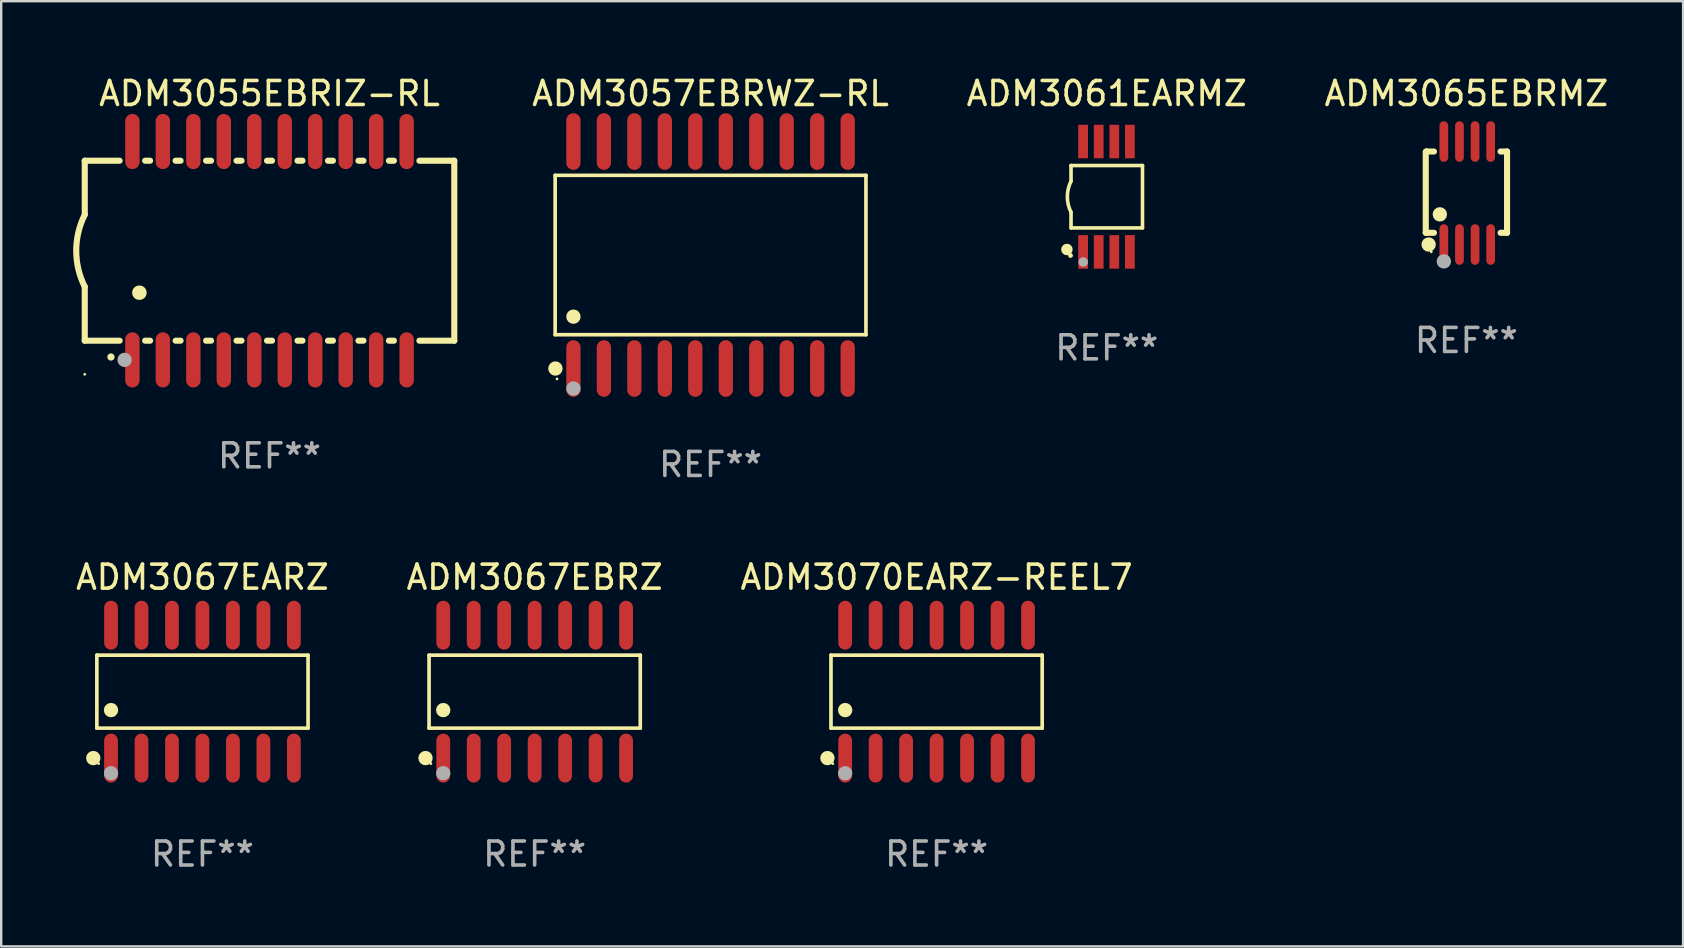
<source format=kicad_pcb>
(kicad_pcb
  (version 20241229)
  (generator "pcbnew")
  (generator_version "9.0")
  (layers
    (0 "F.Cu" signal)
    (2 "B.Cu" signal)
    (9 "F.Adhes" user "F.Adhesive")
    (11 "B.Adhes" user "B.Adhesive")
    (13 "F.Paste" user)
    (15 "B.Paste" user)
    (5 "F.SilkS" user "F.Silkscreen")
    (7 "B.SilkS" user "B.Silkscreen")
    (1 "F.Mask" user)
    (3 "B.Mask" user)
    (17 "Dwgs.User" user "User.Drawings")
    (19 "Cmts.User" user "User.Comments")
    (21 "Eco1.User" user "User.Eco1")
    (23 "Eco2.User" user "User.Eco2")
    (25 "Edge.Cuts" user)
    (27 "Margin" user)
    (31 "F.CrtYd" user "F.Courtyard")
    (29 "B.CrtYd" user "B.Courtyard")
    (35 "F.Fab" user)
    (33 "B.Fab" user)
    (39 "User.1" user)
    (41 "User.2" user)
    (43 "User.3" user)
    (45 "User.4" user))
  (footprint "ADM3057EBRWZ-RL"
    (layer "F.Cu")
    (at 26.562 7.578)
    (property "Reference" "ADM3057EBRWZ-RL" (at 0 -6.73 0) (layer "F.SilkS") (effects (font (size 1 1) (thickness 0.15))))
    (attr through_hole)
    (fp_line (start -6.476 -3.321) (end 6.476 -3.321) (stroke (width 0.152) (type solid)) (layer "F.SilkS"))
    (fp_line (start -6.476 3.321) (end -6.476 -3.321) (stroke (width 0.152) (type solid)) (layer "F.SilkS"))
    (fp_line (start 6.476 -3.321) (end 6.476 3.321) (stroke (width 0.152) (type solid)) (layer "F.SilkS"))
    (fp_line (start 6.476 3.321) (end -6.476 3.321) (stroke (width 0.152) (type solid)) (layer "F.SilkS"))
    (fp_circle (center -6.465 4.73) (end -6.315 4.73) (stroke (width 0.3) (type solid)) (fill no) (layer "F.SilkS"))
    (fp_circle (center -6.4 5.163) (end -6.37 5.163) (stroke (width 0.06) (type solid)) (fill no) (layer "F.SilkS"))
    (fp_circle (center -5.715 2.569) (end -5.565 2.569) (stroke (width 0.3) (type solid)) (fill no) (layer "F.SilkS"))
    (fp_circle (center -5.715 5.563) (end -5.565 5.563) (stroke (width 0.3) (type solid)) (fill no) (layer "F.Fab"))
    (fp_text user "REF**" (at 0 8.73 0) (layer "F.Fab") (effects (font (size 1 1) (thickness 0.15))))
    (pad "1" smd oval (at -5.715 4.73) (size 0.595 2.36) (layers "F.Cu" "F.Mask" "F.Paste"))
    (pad "2" smd oval (at -4.445 4.73) (size 0.595 2.36) (layers "F.Cu" "F.Mask" "F.Paste"))
    (pad "3" smd oval (at -3.175 4.73) (size 0.595 2.36) (layers "F.Cu" "F.Mask" "F.Paste"))
    (pad "4" smd oval (at -1.905 4.73) (size 0.595 2.36) (layers "F.Cu" "F.Mask" "F.Paste"))
    (pad "5" smd oval (at -0.635 4.73) (size 0.595 2.36) (layers "F.Cu" "F.Mask" "F.Paste"))
    (pad "6" smd oval (at 0.635 4.73) (size 0.595 2.36) (layers "F.Cu" "F.Mask" "F.Paste"))
    (pad "7" smd oval (at 1.905 4.73) (size 0.595 2.36) (layers "F.Cu" "F.Mask" "F.Paste"))
    (pad "8" smd oval (at 3.175 4.73) (size 0.595 2.36) (layers "F.Cu" "F.Mask" "F.Paste"))
    (pad "9" smd oval (at 4.445 4.73) (size 0.595 2.36) (layers "F.Cu" "F.Mask" "F.Paste"))
    (pad "10" smd oval (at 5.715 4.73) (size 0.595 2.36) (layers "F.Cu" "F.Mask" "F.Paste"))
    (pad "11" smd oval (at 5.715 -4.73) (size 0.595 2.36) (layers "F.Cu" "F.Mask" "F.Paste"))
    (pad "12" smd oval (at 4.445 -4.73) (size 0.595 2.36) (layers "F.Cu" "F.Mask" "F.Paste"))
    (pad "13" smd oval (at 3.175 -4.73) (size 0.595 2.36) (layers "F.Cu" "F.Mask" "F.Paste"))
    (pad "14" smd oval (at 1.905 -4.73) (size 0.595 2.36) (layers "F.Cu" "F.Mask" "F.Paste"))
    (pad "15" smd oval (at 0.635 -4.73) (size 0.595 2.36) (layers "F.Cu" "F.Mask" "F.Paste"))
    (pad "16" smd oval (at -0.635 -4.73) (size 0.595 2.36) (layers "F.Cu" "F.Mask" "F.Paste"))
    (pad "17" smd oval (at -1.905 -4.73) (size 0.595 2.36) (layers "F.Cu" "F.Mask" "F.Paste"))
    (pad "18" smd oval (at -3.175 -4.73) (size 0.595 2.36) (layers "F.Cu" "F.Mask" "F.Paste"))
    (pad "19" smd oval (at -4.445 -4.73) (size 0.595 2.36) (layers "F.Cu" "F.Mask" "F.Paste"))
    (pad "20" smd oval (at -5.715 -4.73) (size 0.595 2.36) (layers "F.Cu" "F.Mask" "F.Paste")))
  (footprint "ADM3070EARZ-REEL7"
    (layer "F.Cu")
    (at 35.982 25.774)
    (property "Reference" "ADM3070EARZ-REEL7" (at 0 -4.769 0) (layer "F.SilkS") (effects (font (size 1 1) (thickness 0.15))))
    (attr through_hole)
    (fp_line (start -4.401 -1.521) (end 4.401 -1.521) (stroke (width 0.152) (type solid)) (layer "F.SilkS"))
    (fp_line (start -4.401 1.521) (end -4.401 -1.521) (stroke (width 0.152) (type solid)) (layer "F.SilkS"))
    (fp_line (start 4.401 -1.521) (end 4.401 1.521) (stroke (width 0.152) (type solid)) (layer "F.SilkS"))
    (fp_line (start 4.401 1.521) (end -4.401 1.521) (stroke (width 0.152) (type solid)) (layer "F.SilkS"))
    (fp_circle (center -4.549 2.769) (end -4.399 2.769) (stroke (width 0.3) (type solid)) (fill no) (layer "F.SilkS"))
    (fp_circle (center -4.325 3) (end -4.295 3) (stroke (width 0.06) (type solid)) (fill no) (layer "F.SilkS"))
    (fp_circle (center -3.81 0.769) (end -3.66 0.769) (stroke (width 0.3) (type solid)) (fill no) (layer "F.SilkS"))
    (fp_circle (center -3.81 3.4) (end -3.66 3.4) (stroke (width 0.3) (type solid)) (fill no) (layer "F.Fab"))
    (fp_text user "REF**" (at 0 6.769 0) (layer "F.Fab") (effects (font (size 1 1) (thickness 0.15))))
    (pad "1" smd oval (at -3.81 2.769) (size 0.574 2.038) (layers "F.Cu" "F.Mask" "F.Paste"))
    (pad "2" smd oval (at -2.54 2.769) (size 0.574 2.038) (layers "F.Cu" "F.Mask" "F.Paste"))
    (pad "3" smd oval (at -1.27 2.769) (size 0.574 2.038) (layers "F.Cu" "F.Mask" "F.Paste"))
    (pad "4" smd oval (at 0 2.769) (size 0.574 2.038) (layers "F.Cu" "F.Mask" "F.Paste"))
    (pad "5" smd oval (at 1.27 2.769) (size 0.574 2.038) (layers "F.Cu" "F.Mask" "F.Paste"))
    (pad "6" smd oval (at 2.54 2.769) (size 0.574 2.038) (layers "F.Cu" "F.Mask" "F.Paste"))
    (pad "7" smd oval (at 3.81 2.769) (size 0.574 2.038) (layers "F.Cu" "F.Mask" "F.Paste"))
    (pad "8" smd oval (at 3.81 -2.769) (size 0.574 2.038) (layers "F.Cu" "F.Mask" "F.Paste"))
    (pad "9" smd oval (at 2.54 -2.769) (size 0.574 2.038) (layers "F.Cu" "F.Mask" "F.Paste"))
    (pad "10" smd oval (at 1.27 -2.769) (size 0.574 2.038) (layers "F.Cu" "F.Mask" "F.Paste"))
    (pad "11" smd oval (at 0 -2.769) (size 0.574 2.038) (layers "F.Cu" "F.Mask" "F.Paste"))
    (pad "12" smd oval (at -1.27 -2.769) (size 0.574 2.038) (layers "F.Cu" "F.Mask" "F.Paste"))
    (pad "13" smd oval (at -2.54 -2.769) (size 0.574 2.038) (layers "F.Cu" "F.Mask" "F.Paste"))
    (pad "14" smd oval (at -3.81 -2.769) (size 0.574 2.038) (layers "F.Cu" "F.Mask" "F.Paste")))
  (footprint "ADM3065EBRMZ"
    (layer "F.Cu")
    (at 58.062 4.994)
    (property "Reference" "ADM3065EBRMZ" (at 0 -4.146 0) (layer "F.SilkS") (effects (font (size 1 1) (thickness 0.15))))
    (attr through_hole)
    (fp_line (start -1.694 -1.724) (end -1.694 1.652) (stroke (width 0.254) (type solid)) (layer "F.SilkS"))
    (fp_line (start -1.694 1.652) (end -1.688 1.658) (stroke (width 0.254) (type solid)) (layer "F.SilkS"))
    (fp_line (start -1.688 1.658) (end -1.353 1.658) (stroke (width 0.254) (type solid)) (layer "F.SilkS"))
    (fp_line (start -1.661 -1.73) (end -1.681 -1.71) (stroke (width 0.254) (type solid)) (layer "F.SilkS"))
    (fp_line (start -1.353 -1.73) (end -1.661 -1.73) (stroke (width 0.254) (type solid)) (layer "F.SilkS"))
    (fp_line (start 1.424 1.658) (end 1.694 1.658) (stroke (width 0.254) (type solid)) (layer "F.SilkS"))
    (fp_line (start 1.694 -1.73) (end 1.424 -1.73) (stroke (width 0.254) (type solid)) (layer "F.SilkS"))
    (fp_line (start 1.694 1.658) (end 1.694 -1.73) (stroke (width 0.254) (type solid)) (layer "F.SilkS"))
    (fp_circle (center -1.574 2.146) (end -1.424 2.146) (stroke (width 0.3) (type solid)) (fill no) (layer "F.SilkS"))
    (fp_circle (center -1.464 2.45) (end -1.434 2.45) (stroke (width 0.06) (type solid)) (fill no) (layer "F.SilkS"))
    (fp_circle (center -1.107 0.889) (end -0.957 0.889) (stroke (width 0.3) (type solid)) (fill no) (layer "F.SilkS"))
    (fp_circle (center -0.94 2.85) (end -0.789 2.85) (stroke (width 0.3) (type solid)) (fill no) (layer "F.Fab"))
    (fp_text user "REF**" (at 0 6.146 0) (layer "F.Fab") (effects (font (size 1 1) (thickness 0.15))))
    (pad "1" smd oval (at -0.94 2.146) (size 0.364 1.692) (layers "F.Cu" "F.Mask" "F.Paste"))
    (pad "2" smd oval (at -0.289 2.146) (size 0.364 1.692) (layers "F.Cu" "F.Mask" "F.Paste"))
    (pad "3" smd oval (at 0.361 2.146) (size 0.364 1.692) (layers "F.Cu" "F.Mask" "F.Paste"))
    (pad "4" smd oval (at 1.011 2.146) (size 0.364 1.692) (layers "F.Cu" "F.Mask" "F.Paste"))
    (pad "5" smd oval (at 1.011 -2.146) (size 0.364 1.692) (layers "F.Cu" "F.Mask" "F.Paste"))
    (pad "6" smd oval (at 0.361 -2.146) (size 0.364 1.692) (layers "F.Cu" "F.Mask" "F.Paste"))
    (pad "7" smd oval (at -0.289 -2.146) (size 0.364 1.692) (layers "F.Cu" "F.Mask" "F.Paste"))
    (pad "8" smd oval (at -0.94 -2.146) (size 0.364 1.692) (layers "F.Cu" "F.Mask" "F.Paste")))
  (footprint "ADM3061EARMZ"
    (layer "F.Cu")
    (at 43.074 5.148)
    (property "Reference" "ADM3061EARMZ" (at 0 -4.3 0) (layer "F.SilkS") (effects (font (size 1 1) (thickness 0.15))))
    (attr through_hole)
    (fp_line (start -1.489 -1.3) (end -1.489 -0.648) (stroke (width 0.15) (type solid)) (layer "F.SilkS"))
    (fp_line (start -1.489 0.648) (end -1.489 1.3) (stroke (width 0.15) (type solid)) (layer "F.SilkS"))
    (fp_line (start -1.489 1.3) (end 1.489 1.3) (stroke (width 0.15) (type solid)) (layer "F.SilkS"))
    (fp_line (start 1.489 -1.3) (end -1.489 -1.3) (stroke (width 0.15) (type solid)) (layer "F.SilkS"))
    (fp_line (start 1.489 1.3) (end 1.489 -1.3) (stroke (width 0.15) (type solid)) (layer "F.SilkS"))
    (fp_arc (start -1.489205 0.647702) (mid -1.642107 0) (end -1.489205 -0.647701) (stroke (width 0.150013) (type solid)) (layer "F.SilkS"))
    (fp_circle (center -1.661 2.2) (end -1.541 2.2) (stroke (width 0.24) (type solid)) (fill no) (layer "F.SilkS"))
    (fp_circle (center -1.511 2.45) (end -1.461 2.45) (stroke (width 0.1) (type solid)) (fill no) (layer "F.SilkS"))
    (fp_circle (center -0.981 2.72) (end -0.881 2.72) (stroke (width 0.2) (type solid)) (fill no) (layer "F.Fab"))
    (fp_text user "REF**" (at 0 6.3 0) (layer "F.Fab") (effects (font (size 1 1) (thickness 0.15))))
    (pad "1" smd rect (at -0.986 2.3) (size 0.406 1.397) (layers "F.Cu" "F.Mask" "F.Paste"))
    (pad "2" smd rect (at -0.336 2.3) (size 0.406 1.397) (layers "F.Cu" "F.Mask" "F.Paste"))
    (pad "3" smd rect (at 0.314 2.3) (size 0.406 1.397) (layers "F.Cu" "F.Mask" "F.Paste"))
    (pad "4" smd rect (at 0.964 2.3) (size 0.406 1.397) (layers "F.Cu" "F.Mask" "F.Paste"))
    (pad "5" smd rect (at 0.964 -2.3) (size 0.406 1.397) (layers "F.Cu" "F.Mask" "F.Paste"))
    (pad "6" smd rect (at 0.314 -2.3) (size 0.406 1.397) (layers "F.Cu" "F.Mask" "F.Paste"))
    (pad "7" smd rect (at -0.336 -2.3) (size 0.406 1.397) (layers "F.Cu" "F.Mask" "F.Paste"))
    (pad "8" smd rect (at -0.986 -2.3) (size 0.406 1.397) (layers "F.Cu" "F.Mask" "F.Paste")))
  (footprint "ADM3067EBRZ"
    (layer "F.Cu")
    (at 19.232 25.774)
    (property "Reference" "ADM3067EBRZ" (at 0 -4.769 0) (layer "F.SilkS") (effects (font (size 1 1) (thickness 0.15))))
    (attr through_hole)
    (fp_line (start -4.401 -1.521) (end 4.401 -1.521) (stroke (width 0.152) (type solid)) (layer "F.SilkS"))
    (fp_line (start -4.401 1.521) (end -4.401 -1.521) (stroke (width 0.152) (type solid)) (layer "F.SilkS"))
    (fp_line (start 4.401 -1.521) (end 4.401 1.521) (stroke (width 0.152) (type solid)) (layer "F.SilkS"))
    (fp_line (start 4.401 1.521) (end -4.401 1.521) (stroke (width 0.152) (type solid)) (layer "F.SilkS"))
    (fp_circle (center -4.549 2.769) (end -4.399 2.769) (stroke (width 0.3) (type solid)) (fill no) (layer "F.SilkS"))
    (fp_circle (center -4.325 3) (end -4.295 3) (stroke (width 0.06) (type solid)) (fill no) (layer "F.SilkS"))
    (fp_circle (center -3.81 0.769) (end -3.66 0.769) (stroke (width 0.3) (type solid)) (fill no) (layer "F.SilkS"))
    (fp_circle (center -3.81 3.4) (end -3.66 3.4) (stroke (width 0.3) (type solid)) (fill no) (layer "F.Fab"))
    (fp_text user "REF**" (at 0 6.769 0) (layer "F.Fab") (effects (font (size 1 1) (thickness 0.15))))
    (pad "1" smd oval (at -3.81 2.769) (size 0.574 2.038) (layers "F.Cu" "F.Mask" "F.Paste"))
    (pad "2" smd oval (at -2.54 2.769) (size 0.574 2.038) (layers "F.Cu" "F.Mask" "F.Paste"))
    (pad "3" smd oval (at -1.27 2.769) (size 0.574 2.038) (layers "F.Cu" "F.Mask" "F.Paste"))
    (pad "4" smd oval (at 0 2.769) (size 0.574 2.038) (layers "F.Cu" "F.Mask" "F.Paste"))
    (pad "5" smd oval (at 1.27 2.769) (size 0.574 2.038) (layers "F.Cu" "F.Mask" "F.Paste"))
    (pad "6" smd oval (at 2.54 2.769) (size 0.574 2.038) (layers "F.Cu" "F.Mask" "F.Paste"))
    (pad "7" smd oval (at 3.81 2.769) (size 0.574 2.038) (layers "F.Cu" "F.Mask" "F.Paste"))
    (pad "8" smd oval (at 3.81 -2.769) (size 0.574 2.038) (layers "F.Cu" "F.Mask" "F.Paste"))
    (pad "9" smd oval (at 2.54 -2.769) (size 0.574 2.038) (layers "F.Cu" "F.Mask" "F.Paste"))
    (pad "10" smd oval (at 1.27 -2.769) (size 0.574 2.038) (layers "F.Cu" "F.Mask" "F.Paste"))
    (pad "11" smd oval (at 0 -2.769) (size 0.574 2.038) (layers "F.Cu" "F.Mask" "F.Paste"))
    (pad "12" smd oval (at -1.27 -2.769) (size 0.574 2.038) (layers "F.Cu" "F.Mask" "F.Paste"))
    (pad "13" smd oval (at -2.54 -2.769) (size 0.574 2.038) (layers "F.Cu" "F.Mask" "F.Paste"))
    (pad "14" smd oval (at -3.81 -2.769) (size 0.574 2.038) (layers "F.Cu" "F.Mask" "F.Paste")))
  (footprint "ADM3067EARZ"
    (layer "F.Cu")
    (at 5.387 25.774)
    (property "Reference" "ADM3067EARZ" (at 0 -4.769 0) (layer "F.SilkS") (effects (font (size 1 1) (thickness 0.15))))
    (attr through_hole)
    (fp_line (start -4.401 -1.521) (end 4.401 -1.521) (stroke (width 0.152) (type solid)) (layer "F.SilkS"))
    (fp_line (start -4.401 1.521) (end -4.401 -1.521) (stroke (width 0.152) (type solid)) (layer "F.SilkS"))
    (fp_line (start 4.401 -1.521) (end 4.401 1.521) (stroke (width 0.152) (type solid)) (layer "F.SilkS"))
    (fp_line (start 4.401 1.521) (end -4.401 1.521) (stroke (width 0.152) (type solid)) (layer "F.SilkS"))
    (fp_circle (center -4.549 2.769) (end -4.399 2.769) (stroke (width 0.3) (type solid)) (fill no) (layer "F.SilkS"))
    (fp_circle (center -4.325 3) (end -4.295 3) (stroke (width 0.06) (type solid)) (fill no) (layer "F.SilkS"))
    (fp_circle (center -3.81 0.769) (end -3.66 0.769) (stroke (width 0.3) (type solid)) (fill no) (layer "F.SilkS"))
    (fp_circle (center -3.81 3.4) (end -3.66 3.4) (stroke (width 0.3) (type solid)) (fill no) (layer "F.Fab"))
    (fp_text user "REF**" (at 0 6.769 0) (layer "F.Fab") (effects (font (size 1 1) (thickness 0.15))))
    (pad "1" smd oval (at -3.81 2.769) (size 0.574 2.038) (layers "F.Cu" "F.Mask" "F.Paste"))
    (pad "2" smd oval (at -2.54 2.769) (size 0.574 2.038) (layers "F.Cu" "F.Mask" "F.Paste"))
    (pad "3" smd oval (at -1.27 2.769) (size 0.574 2.038) (layers "F.Cu" "F.Mask" "F.Paste"))
    (pad "4" smd oval (at 0 2.769) (size 0.574 2.038) (layers "F.Cu" "F.Mask" "F.Paste"))
    (pad "5" smd oval (at 1.27 2.769) (size 0.574 2.038) (layers "F.Cu" "F.Mask" "F.Paste"))
    (pad "6" smd oval (at 2.54 2.769) (size 0.574 2.038) (layers "F.Cu" "F.Mask" "F.Paste"))
    (pad "7" smd oval (at 3.81 2.769) (size 0.574 2.038) (layers "F.Cu" "F.Mask" "F.Paste"))
    (pad "8" smd oval (at 3.81 -2.769) (size 0.574 2.038) (layers "F.Cu" "F.Mask" "F.Paste"))
    (pad "9" smd oval (at 2.54 -2.769) (size 0.574 2.038) (layers "F.Cu" "F.Mask" "F.Paste"))
    (pad "10" smd oval (at 1.27 -2.769) (size 0.574 2.038) (layers "F.Cu" "F.Mask" "F.Paste"))
    (pad "11" smd oval (at 0 -2.769) (size 0.574 2.038) (layers "F.Cu" "F.Mask" "F.Paste"))
    (pad "12" smd oval (at -1.27 -2.769) (size 0.574 2.038) (layers "F.Cu" "F.Mask" "F.Paste"))
    (pad "13" smd oval (at -2.54 -2.769) (size 0.574 2.038) (layers "F.Cu" "F.Mask" "F.Paste"))
    (pad "14" smd oval (at -3.81 -2.769) (size 0.574 2.038) (layers "F.Cu" "F.Mask" "F.Paste")))
  (footprint "ADM3055EBRIZ-RL"
    (layer "F.Cu")
    (at 8.182 7.398)
    (property "Reference" "ADM3055EBRIZ-RL" (at 0 -6.55 0) (layer "F.SilkS") (effects (font (size 1 1) (thickness 0.15))))
    (attr through_hole)
    (fp_line (start -7.7 -3.75) (end -7.7 -1.5) (stroke (width 0.254) (type solid)) (layer "F.SilkS"))
    (fp_line (start -7.7 -3.75) (end -6.246 -3.75) (stroke (width 0.254) (type solid)) (layer "F.SilkS"))
    (fp_line (start -7.7 3.75) (end -7.7 1.5) (stroke (width 0.254) (type solid)) (layer "F.SilkS"))
    (fp_line (start -7.7 3.75) (end -6.246 3.75) (stroke (width 0.254) (type solid)) (layer "F.SilkS"))
    (fp_line (start -5.184 -3.75) (end -4.976 -3.75) (stroke (width 0.254) (type solid)) (layer "F.SilkS"))
    (fp_line (start -5.184 3.75) (end -4.976 3.75) (stroke (width 0.254) (type solid)) (layer "F.SilkS"))
    (fp_line (start -3.914 -3.75) (end -3.706 -3.75) (stroke (width 0.254) (type solid)) (layer "F.SilkS"))
    (fp_line (start -3.914 3.75) (end -3.706 3.75) (stroke (width 0.254) (type solid)) (layer "F.SilkS"))
    (fp_line (start -2.644 -3.75) (end -2.436 -3.75) (stroke (width 0.254) (type solid)) (layer "F.SilkS"))
    (fp_line (start -2.644 3.75) (end -2.436 3.75) (stroke (width 0.254) (type solid)) (layer "F.SilkS"))
    (fp_line (start -1.374 -3.75) (end -1.166 -3.75) (stroke (width 0.254) (type solid)) (layer "F.SilkS"))
    (fp_line (start -1.374 3.75) (end -1.166 3.75) (stroke (width 0.254) (type solid)) (layer "F.SilkS"))
    (fp_line (start -0.104 -3.75) (end 0.104 -3.75) (stroke (width 0.254) (type solid)) (layer "F.SilkS"))
    (fp_line (start -0.104 3.75) (end 0.104 3.75) (stroke (width 0.254) (type solid)) (layer "F.SilkS"))
    (fp_line (start 1.166 -3.75) (end 1.374 -3.75) (stroke (width 0.254) (type solid)) (layer "F.SilkS"))
    (fp_line (start 1.166 3.75) (end 1.374 3.75) (stroke (width 0.254) (type solid)) (layer "F.SilkS"))
    (fp_line (start 2.436 -3.75) (end 2.644 -3.75) (stroke (width 0.254) (type solid)) (layer "F.SilkS"))
    (fp_line (start 2.436 3.75) (end 2.644 3.75) (stroke (width 0.254) (type solid)) (layer "F.SilkS"))
    (fp_line (start 3.706 -3.75) (end 3.914 -3.75) (stroke (width 0.254) (type solid)) (layer "F.SilkS"))
    (fp_line (start 3.706 3.75) (end 3.914 3.75) (stroke (width 0.254) (type solid)) (layer "F.SilkS"))
    (fp_line (start 4.976 -3.75) (end 5.184 -3.75) (stroke (width 0.254) (type solid)) (layer "F.SilkS"))
    (fp_line (start 4.976 3.75) (end 5.184 3.75) (stroke (width 0.254) (type solid)) (layer "F.SilkS"))
    (fp_line (start 6.246 -3.75) (end 7.7 -3.75) (stroke (width 0.254) (type solid)) (layer "F.SilkS"))
    (fp_line (start 6.246 3.75) (end 7.7 3.75) (stroke (width 0.254) (type solid)) (layer "F.SilkS"))
    (fp_line (start 7.7 -3.75) (end 7.7 3.75) (stroke (width 0.254) (type solid)) (layer "F.SilkS"))
    (fp_arc (start -7.700939 1.500889) (mid -8.05482 0.000388) (end -7.700025 -1.499898) (stroke (width 0.254001) (type solid)) (layer "F.SilkS"))
    (fp_arc (start -6.610008 4.430099) (mid -6.608738 4.430094) (end -6.607468 4.430099) (stroke (width 0.3) (type solid)) (layer "F.SilkS"))
    (fp_arc (start -5.425451 1.750165) (mid -5.422911 1.750154) (end -5.420371 1.750165) (stroke (width 0.6) (type solid)) (layer "F.SilkS"))
    (fp_circle (center -7.7 5.15) (end -7.67 5.15) (stroke (width 0.06) (type solid)) (fill no) (layer "F.SilkS"))
    (fp_circle (center -6.04 4.55) (end -5.89 4.55) (stroke (width 0.3) (type solid)) (fill no) (layer "F.Fab"))
    (fp_text user "REF**" (at 0 8.55 0) (layer "F.Fab") (effects (font (size 1 1) (thickness 0.15))))
    (pad "1" smd oval (at -5.715 4.55 180) (size 0.6 2.3) (layers "F.Cu" "F.Mask" "F.Paste"))
    (pad "2" smd oval (at -4.445 4.55 180) (size 0.6 2.3) (layers "F.Cu" "F.Mask" "F.Paste"))
    (pad "3" smd oval (at -3.175 4.55 180) (size 0.6 2.3) (layers "F.Cu" "F.Mask" "F.Paste"))
    (pad "4" smd oval (at -1.905 4.55 180) (size 0.6 2.3) (layers "F.Cu" "F.Mask" "F.Paste"))
    (pad "5" smd oval (at -0.635 4.55 180) (size 0.6 2.3) (layers "F.Cu" "F.Mask" "F.Paste"))
    (pad "6" smd oval (at 0.635 4.55 180) (size 0.6 2.3) (layers "F.Cu" "F.Mask" "F.Paste"))
    (pad "7" smd oval (at 1.905 4.55 180) (size 0.6 2.3) (layers "F.Cu" "F.Mask" "F.Paste"))
    (pad "8" smd oval (at 3.175 4.55 180) (size 0.6 2.3) (layers "F.Cu" "F.Mask" "F.Paste"))
    (pad "9" smd oval (at 4.445 4.55 180) (size 0.6 2.3) (layers "F.Cu" "F.Mask" "F.Paste"))
    (pad "10" smd oval (at 5.715 4.55 180) (size 0.6 2.3) (layers "F.Cu" "F.Mask" "F.Paste"))
    (pad "11" smd oval (at 5.715 -4.55 180) (size 0.6 2.3) (layers "F.Cu" "F.Mask" "F.Paste"))
    (pad "12" smd oval (at 4.445 -4.55 180) (size 0.6 2.3) (layers "F.Cu" "F.Mask" "F.Paste"))
    (pad "13" smd oval (at 3.175 -4.55 180) (size 0.6 2.3) (layers "F.Cu" "F.Mask" "F.Paste"))
    (pad "14" smd oval (at 1.905 -4.55 180) (size 0.6 2.3) (layers "F.Cu" "F.Mask" "F.Paste"))
    (pad "15" smd oval (at 0.635 -4.55 180) (size 0.6 2.3) (layers "F.Cu" "F.Mask" "F.Paste"))
    (pad "16" smd oval (at -0.635 -4.55 180) (size 0.6 2.3) (layers "F.Cu" "F.Mask" "F.Paste"))
    (pad "17" smd oval (at -1.905 -4.55 180) (size 0.6 2.3) (layers "F.Cu" "F.Mask" "F.Paste"))
    (pad "18" smd oval (at -3.175 -4.55 180) (size 0.6 2.3) (layers "F.Cu" "F.Mask" "F.Paste"))
    (pad "19" smd oval (at -4.445 -4.55 180) (size 0.6 2.3) (layers "F.Cu" "F.Mask" "F.Paste"))
    (pad "20" smd oval (at -5.715 -4.55 180) (size 0.6 2.3) (layers "F.Cu" "F.Mask" "F.Paste")))
  (gr_rect
    (start -3 -3)
    (end 67.092 36.391)
    (stroke (width 0.1) (type default))
    (fill no)
    (layer "Edge.Cuts")))
</source>
